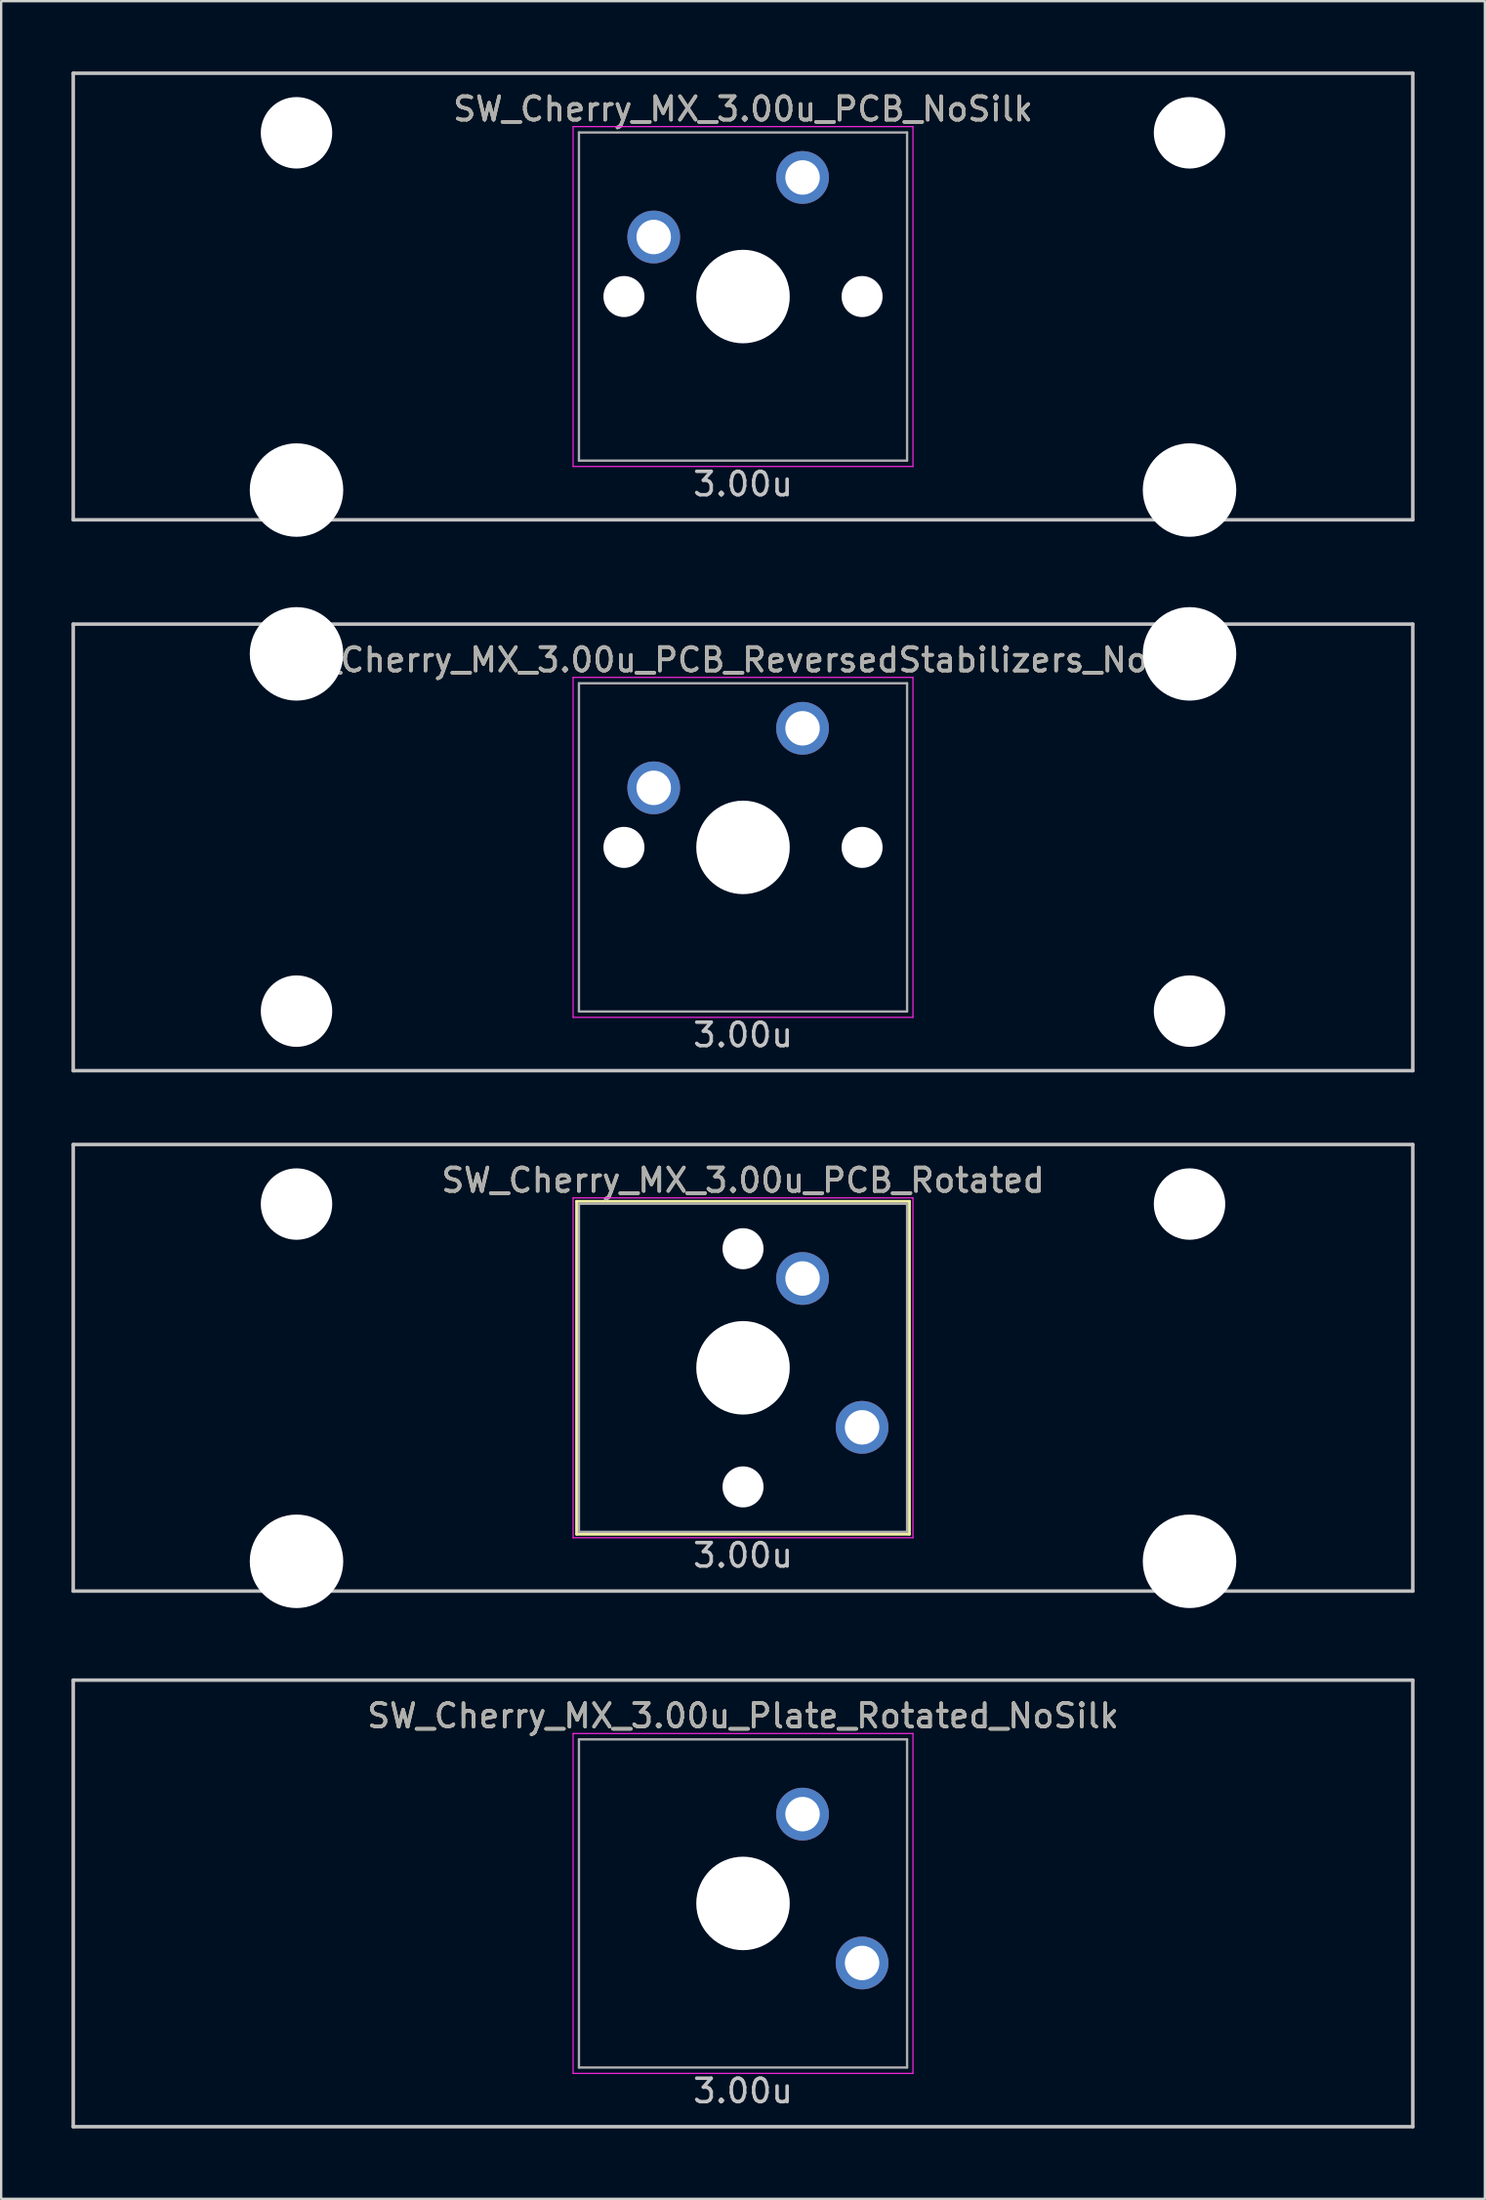
<source format=kicad_pcb>
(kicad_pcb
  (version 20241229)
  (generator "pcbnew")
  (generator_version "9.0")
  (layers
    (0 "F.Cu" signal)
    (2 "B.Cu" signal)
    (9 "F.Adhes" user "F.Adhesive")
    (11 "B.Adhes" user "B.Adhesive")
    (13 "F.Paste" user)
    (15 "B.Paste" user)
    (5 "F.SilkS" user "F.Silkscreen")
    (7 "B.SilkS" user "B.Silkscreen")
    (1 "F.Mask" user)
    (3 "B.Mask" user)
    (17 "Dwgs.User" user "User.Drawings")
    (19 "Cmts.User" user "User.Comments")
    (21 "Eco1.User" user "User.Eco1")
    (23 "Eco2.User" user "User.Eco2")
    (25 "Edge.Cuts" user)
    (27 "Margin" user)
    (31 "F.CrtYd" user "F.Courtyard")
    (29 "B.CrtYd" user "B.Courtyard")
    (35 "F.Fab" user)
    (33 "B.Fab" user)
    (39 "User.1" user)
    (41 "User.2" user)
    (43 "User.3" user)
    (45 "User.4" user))
  (footprint "SW_Cherry_MX_3.00u_PCB_Rotated"
    (layer "F.Cu")
    (at 28.65 55.298)
    (property "Reference" "SW_Cherry_MX_3.00u_PCB_Rotated" (at 0 -8 0) (layer "F.SilkS") (effects (font (size 1 1) (thickness 0.15))))
    (attr through_hole)
    (fp_line (start -7.1 -7.1) (end 7.1 -7.1) (stroke (width 0.12) (type solid)) (layer "F.SilkS"))
    (fp_line (start -7.1 7.1) (end -7.1 -7.1) (stroke (width 0.12) (type solid)) (layer "F.SilkS"))
    (fp_line (start 7.1 -7.1) (end 7.1 7.1) (stroke (width 0.12) (type solid)) (layer "F.SilkS"))
    (fp_line (start 7.1 7.1) (end -7.1 7.1) (stroke (width 0.12) (type solid)) (layer "F.SilkS"))
    (fp_line (start -28.575 -9.525) (end 28.575 -9.525) (stroke (width 0.15) (type solid)) (layer "Dwgs.User"))
    (fp_line (start -28.575 9.525) (end -28.575 -9.525) (stroke (width 0.15) (type solid)) (layer "Dwgs.User"))
    (fp_line (start -28.575 9.525) (end 28.575 9.525) (stroke (width 0.15) (type solid)) (layer "Dwgs.User"))
    (fp_line (start 28.575 -9.525) (end 28.575 9.525) (stroke (width 0.15) (type solid)) (layer "Dwgs.User"))
    (fp_line (start -7.25 -7.25) (end 7.25 -7.25) (stroke (width 0.05) (type solid)) (layer "F.CrtYd"))
    (fp_line (start -7.25 7.25) (end -7.25 -7.25) (stroke (width 0.05) (type solid)) (layer "F.CrtYd"))
    (fp_line (start 7.25 -7.25) (end 7.25 7.25) (stroke (width 0.05) (type solid)) (layer "F.CrtYd"))
    (fp_line (start 7.25 7.25) (end -7.25 7.25) (stroke (width 0.05) (type solid)) (layer "F.CrtYd"))
    (fp_line (start -7 -7) (end 7 -7) (stroke (width 0.1) (type solid)) (layer "F.Fab"))
    (fp_line (start -7 7) (end -7 -7) (stroke (width 0.1) (type solid)) (layer "F.Fab"))
    (fp_line (start 7 -7) (end 7 7) (stroke (width 0.1) (type solid)) (layer "F.Fab"))
    (fp_line (start 7 7) (end -7 7) (stroke (width 0.1) (type solid)) (layer "F.Fab"))
    (fp_text user "3.00u" (at 0 8 0) (layer "Dwgs.User") (effects (font (size 1 1) (thickness 0.15))))
    (fp_text user "${REFERENCE}" (at 0 -8 0) (layer "F.Fab") (effects (font (size 1 1) (thickness 0.15))))
    (pad "" np_thru_hole circle (at -19.05 -6.985) (size 3.048 3.048) (drill 3.048) (layers "*.Cu" "*.Mask"))
    (pad "" np_thru_hole circle (at -19.05 8.255) (size 3.988 3.988) (drill 3.988) (layers "*.Cu" "*.Mask"))
    (pad "" np_thru_hole circle (at 0 -5.08 318.1) (size 1.75 1.75) (drill 1.75) (layers "*.Cu" "*.Mask"))
    (pad "" np_thru_hole circle (at 0 0 270) (size 3.988 3.988) (drill 3.988) (layers "*.Cu" "*.Mask"))
    (pad "" np_thru_hole circle (at 0 5.08 318.1) (size 1.75 1.75) (drill 1.75) (layers "*.Cu" "*.Mask"))
    (pad "" np_thru_hole circle (at 19.05 -6.985) (size 3.048 3.048) (drill 3.048) (layers "*.Cu" "*.Mask"))
    (pad "" np_thru_hole circle (at 19.05 8.255) (size 3.988 3.988) (drill 3.988) (layers "*.Cu" "*.Mask"))
    (pad "1" thru_hole circle (at 2.54 -3.81 318.1) (size 2.25 2.25) (drill 1.47) (layers "*.Cu" "B.Mask"))
    (pad "2" thru_hole circle (at 5.08 2.54 270) (size 2.25 2.25) (drill 1.47) (layers "*.Cu" "B.Mask")))
  (footprint "SW_Cherry_MX_3.00u_PCB_ReversedStabilizers_NoSilk"
    (layer "F.Cu")
    (at 28.65 33.098)
    (property "Reference" "SW_Cherry_MX_3.00u_PCB_ReversedStabilizers_NoSilk" (at 0 -8 0) (layer "F.SilkS") (effects (font (size 1 1) (thickness 0.15))))
    (attr through_hole)
    (fp_line (start -28.575 -9.525) (end 28.575 -9.525) (stroke (width 0.15) (type solid)) (layer "Dwgs.User"))
    (fp_line (start -28.575 9.525) (end -28.575 -9.525) (stroke (width 0.15) (type solid)) (layer "Dwgs.User"))
    (fp_line (start -28.575 9.525) (end 28.575 9.525) (stroke (width 0.15) (type solid)) (layer "Dwgs.User"))
    (fp_line (start 28.575 -9.525) (end 28.575 9.525) (stroke (width 0.15) (type solid)) (layer "Dwgs.User"))
    (fp_line (start -7.25 -7.25) (end 7.25 -7.25) (stroke (width 0.05) (type solid)) (layer "F.CrtYd"))
    (fp_line (start -7.25 7.25) (end -7.25 -7.25) (stroke (width 0.05) (type solid)) (layer "F.CrtYd"))
    (fp_line (start 7.25 -7.25) (end 7.25 7.25) (stroke (width 0.05) (type solid)) (layer "F.CrtYd"))
    (fp_line (start 7.25 7.25) (end -7.25 7.25) (stroke (width 0.05) (type solid)) (layer "F.CrtYd"))
    (fp_line (start -7 -7) (end 7 -7) (stroke (width 0.1) (type solid)) (layer "F.Fab"))
    (fp_line (start -7 7) (end -7 -7) (stroke (width 0.1) (type solid)) (layer "F.Fab"))
    (fp_line (start 7 -7) (end 7 7) (stroke (width 0.1) (type solid)) (layer "F.Fab"))
    (fp_line (start 7 7) (end -7 7) (stroke (width 0.1) (type solid)) (layer "F.Fab"))
    (fp_text user "3.00u" (at 0 8 0) (layer "Dwgs.User") (effects (font (size 1 1) (thickness 0.15))))
    (fp_text user "${REFERENCE}" (at 0 -8 0) (layer "F.Fab") (effects (font (size 1 1) (thickness 0.15))))
    (pad "" np_thru_hole circle (at -19.05 -8.255) (size 3.988 3.988) (drill 3.988) (layers "*.Cu" "*.Mask"))
    (pad "" np_thru_hole circle (at -19.05 6.985) (size 3.048 3.048) (drill 3.048) (layers "*.Cu" "*.Mask"))
    (pad "" np_thru_hole circle (at -5.08 0 48.1) (size 1.75 1.75) (drill 1.75) (layers "*.Cu" "*.Mask"))
    (pad "" np_thru_hole circle (at 0 0) (size 3.988 3.988) (drill 3.988) (layers "*.Cu" "*.Mask"))
    (pad "" np_thru_hole circle (at 5.08 0 48.1) (size 1.75 1.75) (drill 1.75) (layers "*.Cu" "*.Mask"))
    (pad "" np_thru_hole circle (at 19.05 -8.255) (size 3.988 3.988) (drill 3.988) (layers "*.Cu" "*.Mask"))
    (pad "" np_thru_hole circle (at 19.05 6.985) (size 3.048 3.048) (drill 3.048) (layers "*.Cu" "*.Mask"))
    (pad "1" thru_hole circle (at -3.81 -2.54 48.1) (size 2.25 2.25) (drill 1.47) (layers "*.Cu" "B.Mask"))
    (pad "2" thru_hole circle (at 2.54 -5.08) (size 2.25 2.25) (drill 1.47) (layers "*.Cu" "B.Mask")))
  (footprint "SW_Cherry_MX_3.00u_PCB_NoSilk"
    (layer "F.Cu")
    (at 28.65 9.6)
    (property "Reference" "SW_Cherry_MX_3.00u_PCB_NoSilk" (at 0 -8 0) (layer "F.SilkS") (effects (font (size 1 1) (thickness 0.15))))
    (attr through_hole)
    (fp_line (start -28.575 -9.525) (end 28.575 -9.525) (stroke (width 0.15) (type solid)) (layer "Dwgs.User"))
    (fp_line (start -28.575 9.525) (end -28.575 -9.525) (stroke (width 0.15) (type solid)) (layer "Dwgs.User"))
    (fp_line (start -28.575 9.525) (end 28.575 9.525) (stroke (width 0.15) (type solid)) (layer "Dwgs.User"))
    (fp_line (start 28.575 -9.525) (end 28.575 9.525) (stroke (width 0.15) (type solid)) (layer "Dwgs.User"))
    (fp_line (start -7.25 -7.25) (end 7.25 -7.25) (stroke (width 0.05) (type solid)) (layer "F.CrtYd"))
    (fp_line (start -7.25 7.25) (end -7.25 -7.25) (stroke (width 0.05) (type solid)) (layer "F.CrtYd"))
    (fp_line (start 7.25 -7.25) (end 7.25 7.25) (stroke (width 0.05) (type solid)) (layer "F.CrtYd"))
    (fp_line (start 7.25 7.25) (end -7.25 7.25) (stroke (width 0.05) (type solid)) (layer "F.CrtYd"))
    (fp_line (start -7 -7) (end 7 -7) (stroke (width 0.1) (type solid)) (layer "F.Fab"))
    (fp_line (start -7 7) (end -7 -7) (stroke (width 0.1) (type solid)) (layer "F.Fab"))
    (fp_line (start 7 -7) (end 7 7) (stroke (width 0.1) (type solid)) (layer "F.Fab"))
    (fp_line (start 7 7) (end -7 7) (stroke (width 0.1) (type solid)) (layer "F.Fab"))
    (fp_text user "3.00u" (at 0 8 0) (layer "Dwgs.User") (effects (font (size 1 1) (thickness 0.15))))
    (fp_text user "${REFERENCE}" (at 0 -8 0) (layer "F.Fab") (effects (font (size 1 1) (thickness 0.15))))
    (pad "" np_thru_hole circle (at -19.05 -6.985) (size 3.048 3.048) (drill 3.048) (layers "*.Cu" "*.Mask"))
    (pad "" np_thru_hole circle (at -19.05 8.255) (size 3.988 3.988) (drill 3.988) (layers "*.Cu" "*.Mask"))
    (pad "" np_thru_hole circle (at -5.08 0 48.1) (size 1.75 1.75) (drill 1.75) (layers "*.Cu" "*.Mask"))
    (pad "" np_thru_hole circle (at 0 0) (size 3.988 3.988) (drill 3.988) (layers "*.Cu" "*.Mask"))
    (pad "" np_thru_hole circle (at 5.08 0 48.1) (size 1.75 1.75) (drill 1.75) (layers "*.Cu" "*.Mask"))
    (pad "" np_thru_hole circle (at 19.05 -6.985) (size 3.048 3.048) (drill 3.048) (layers "*.Cu" "*.Mask"))
    (pad "" np_thru_hole circle (at 19.05 8.255) (size 3.988 3.988) (drill 3.988) (layers "*.Cu" "*.Mask"))
    (pad "1" thru_hole circle (at -3.81 -2.54 48.1) (size 2.25 2.25) (drill 1.47) (layers "*.Cu" "B.Mask"))
    (pad "2" thru_hole circle (at 2.54 -5.08) (size 2.25 2.25) (drill 1.47) (layers "*.Cu" "B.Mask")))
  (footprint "SW_Cherry_MX_3.00u_Plate_Rotated_NoSilk"
    (layer "F.Cu")
    (at 28.65 78.147)
    (property "Reference" "SW_Cherry_MX_3.00u_Plate_Rotated_NoSilk" (at 0 -8 0) (layer "F.SilkS") (effects (font (size 1 1) (thickness 0.15))))
    (attr through_hole)
    (fp_line (start -28.575 -9.525) (end 28.575 -9.525) (stroke (width 0.15) (type solid)) (layer "Dwgs.User"))
    (fp_line (start -28.575 9.525) (end -28.575 -9.525) (stroke (width 0.15) (type solid)) (layer "Dwgs.User"))
    (fp_line (start -28.575 9.525) (end 28.575 9.525) (stroke (width 0.15) (type solid)) (layer "Dwgs.User"))
    (fp_line (start 28.575 -9.525) (end 28.575 9.525) (stroke (width 0.15) (type solid)) (layer "Dwgs.User"))
    (fp_line (start -7.25 -7.25) (end 7.25 -7.25) (stroke (width 0.05) (type solid)) (layer "F.CrtYd"))
    (fp_line (start -7.25 7.25) (end -7.25 -7.25) (stroke (width 0.05) (type solid)) (layer "F.CrtYd"))
    (fp_line (start 7.25 -7.25) (end 7.25 7.25) (stroke (width 0.05) (type solid)) (layer "F.CrtYd"))
    (fp_line (start 7.25 7.25) (end -7.25 7.25) (stroke (width 0.05) (type solid)) (layer "F.CrtYd"))
    (fp_line (start -7 -7) (end 7 -7) (stroke (width 0.1) (type solid)) (layer "F.Fab"))
    (fp_line (start -7 7) (end -7 -7) (stroke (width 0.1) (type solid)) (layer "F.Fab"))
    (fp_line (start 7 -7) (end 7 7) (stroke (width 0.1) (type solid)) (layer "F.Fab"))
    (fp_line (start 7 7) (end -7 7) (stroke (width 0.1) (type solid)) (layer "F.Fab"))
    (fp_text user "3.00u" (at 0 8 0) (layer "Dwgs.User") (effects (font (size 1 1) (thickness 0.15))))
    (fp_text user "${REFERENCE}" (at 0 -8 0) (layer "F.Fab") (effects (font (size 1 1) (thickness 0.15))))
    (pad "" np_thru_hole circle (at 0 0 270) (size 3.988 3.988) (drill 3.988) (layers "*.Cu" "*.Mask"))
    (pad "1" thru_hole circle (at 2.54 -3.81 318.1) (size 2.25 2.25) (drill 1.47) (layers "*.Cu" "B.Mask"))
    (pad "2" thru_hole circle (at 5.08 2.54 270) (size 2.25 2.25) (drill 1.47) (layers "*.Cu" "B.Mask")))
  (gr_rect
    (start -3 -3)
    (end 60.3 90.747)
    (stroke (width 0.1) (type default))
    (fill no)
    (layer "Edge.Cuts")))
</source>
